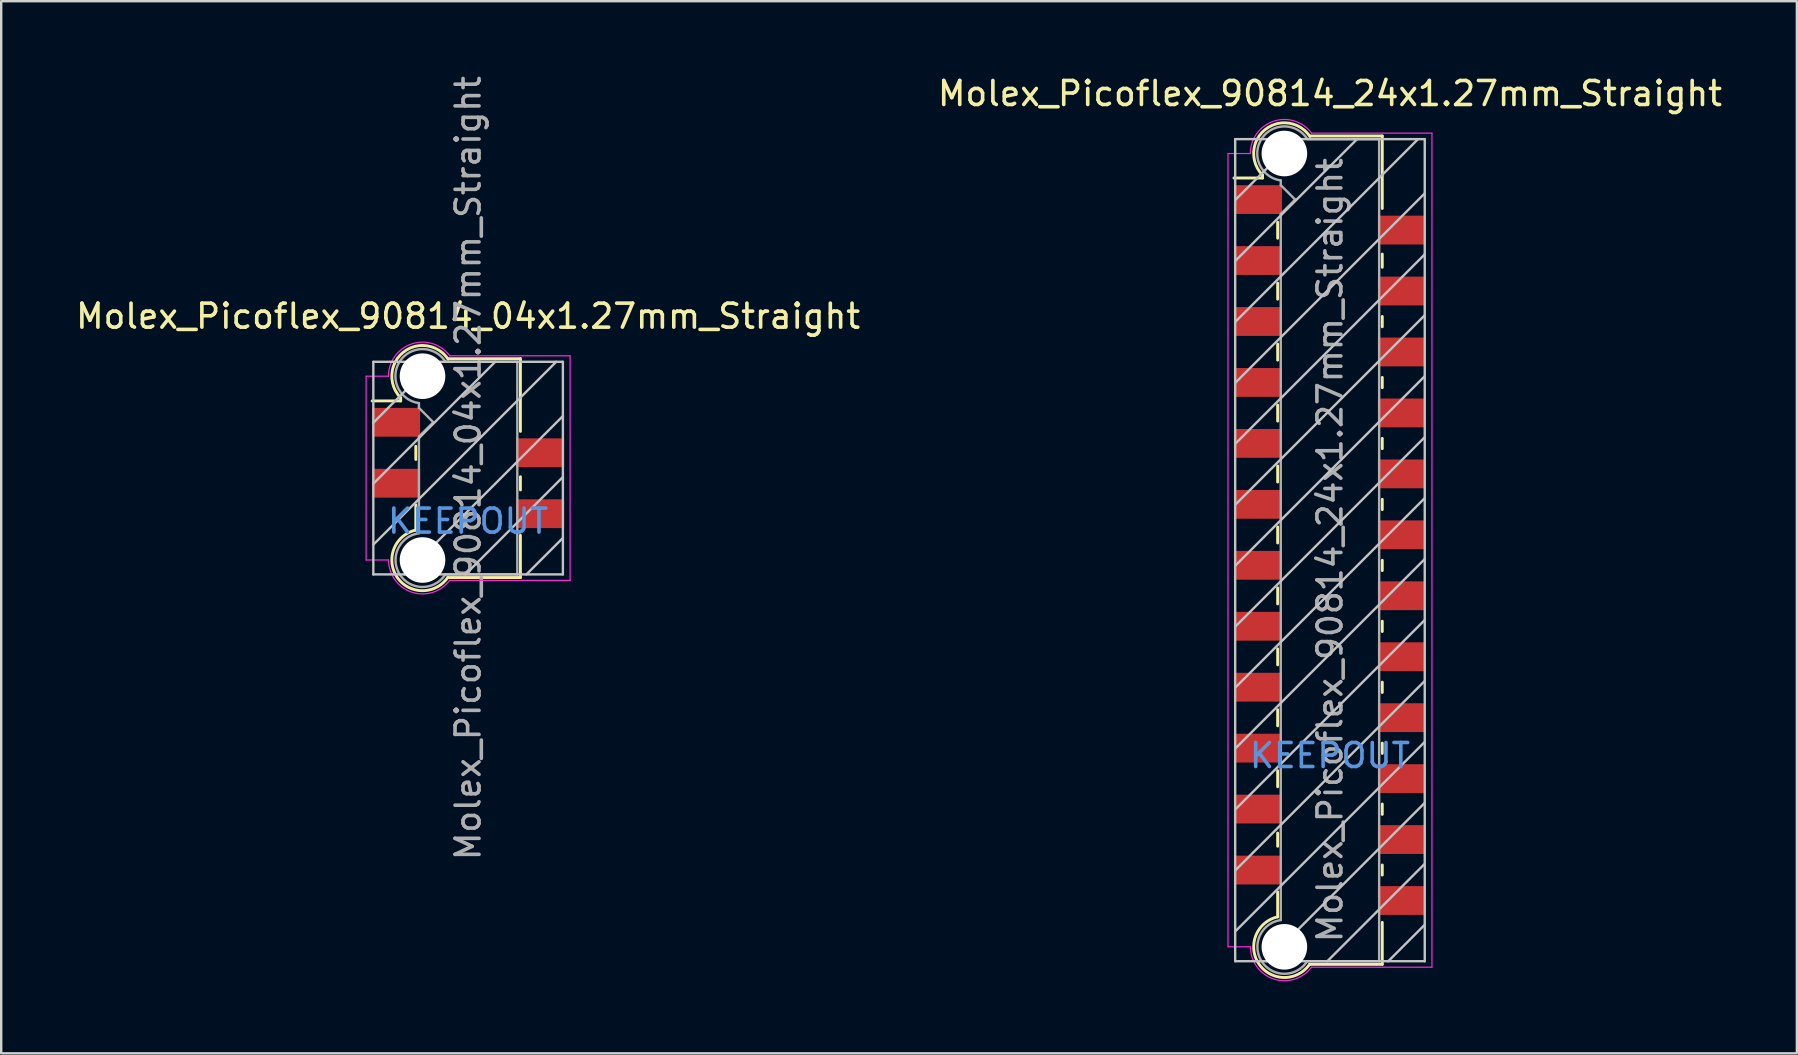
<source format=kicad_pcb>
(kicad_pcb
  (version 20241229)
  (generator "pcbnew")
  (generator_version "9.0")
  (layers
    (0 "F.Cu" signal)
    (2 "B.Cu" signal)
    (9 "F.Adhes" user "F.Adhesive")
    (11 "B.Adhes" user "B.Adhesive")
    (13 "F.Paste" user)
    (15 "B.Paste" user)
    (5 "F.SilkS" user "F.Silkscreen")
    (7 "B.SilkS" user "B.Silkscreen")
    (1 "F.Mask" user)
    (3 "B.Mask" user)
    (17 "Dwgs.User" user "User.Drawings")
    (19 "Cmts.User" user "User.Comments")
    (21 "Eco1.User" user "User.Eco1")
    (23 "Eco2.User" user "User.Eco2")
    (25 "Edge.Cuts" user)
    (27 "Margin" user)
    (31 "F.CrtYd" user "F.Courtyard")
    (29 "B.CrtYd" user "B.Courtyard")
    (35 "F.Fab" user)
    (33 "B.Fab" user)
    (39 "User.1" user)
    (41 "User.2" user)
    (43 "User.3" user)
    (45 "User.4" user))
  (footprint "Molex_Picoflex_90814_24x1.27mm_Straight"
    (layer "F.Cu")
    (at 52.375 19.878)
    (property "Reference" "Molex_Picoflex_90814_24x1.27mm_Straight" (at 0 -19.03 0) (layer "F.SilkS") (effects (font (size 1 1) (thickness 0.15))))
    (attr smd)
    (fp_line (start -2.81 -15.63) (end -2.81 -15.51) (stroke (width 0.12) (type solid)) (layer "F.SilkS"))
    (fp_line (start -2.81 -15.51) (end -4 -15.51) (stroke (width 0.12) (type solid)) (layer "F.SilkS"))
    (fp_line (start -2.18 -13) (end -2.18 -13.67) (stroke (width 0.12) (type solid)) (layer "F.SilkS"))
    (fp_line (start -2.18 -10.46) (end -2.18 -11.13) (stroke (width 0.12) (type solid)) (layer "F.SilkS"))
    (fp_line (start -2.18 -7.92) (end -2.18 -8.59) (stroke (width 0.12) (type solid)) (layer "F.SilkS"))
    (fp_line (start -2.18 -5.38) (end -2.18 -6.05) (stroke (width 0.12) (type solid)) (layer "F.SilkS"))
    (fp_line (start -2.18 -2.84) (end -2.18 -3.51) (stroke (width 0.12) (type solid)) (layer "F.SilkS"))
    (fp_line (start -2.18 -0.3) (end -2.18 -0.97) (stroke (width 0.12) (type solid)) (layer "F.SilkS"))
    (fp_line (start -2.18 2.24) (end -2.18 1.57) (stroke (width 0.12) (type solid)) (layer "F.SilkS"))
    (fp_line (start -2.18 4.78) (end -2.18 4.11) (stroke (width 0.12) (type solid)) (layer "F.SilkS"))
    (fp_line (start -2.18 7.32) (end -2.18 6.65) (stroke (width 0.12) (type solid)) (layer "F.SilkS"))
    (fp_line (start -2.18 9.86) (end -2.18 9.19) (stroke (width 0.12) (type solid)) (layer "F.SilkS"))
    (fp_line (start -2.18 12.34) (end -2.18 11.79) (stroke (width 0.12) (type solid)) (layer "F.SilkS"))
    (fp_line (start -2.18 15.28) (end -2.18 14.24) (stroke (width 0.12) (type solid)) (layer "F.SilkS"))
    (fp_line (start 2.18 -17.26) (end -0.82 -17.26) (stroke (width 0.12) (type solid)) (layer "F.SilkS"))
    (fp_line (start 2.18 -17.26) (end 2.18 -14.24) (stroke (width 0.12) (type solid)) (layer "F.SilkS"))
    (fp_line (start 2.18 -12.34) (end 2.18 -11.79) (stroke (width 0.12) (type solid)) (layer "F.SilkS"))
    (fp_line (start 2.18 -9.74) (end 2.18 -9.31) (stroke (width 0.12) (type solid)) (layer "F.SilkS"))
    (fp_line (start 2.18 -7.2) (end 2.18 -6.77) (stroke (width 0.12) (type solid)) (layer "F.SilkS"))
    (fp_line (start 2.18 -4.66) (end 2.18 -4.23) (stroke (width 0.12) (type solid)) (layer "F.SilkS"))
    (fp_line (start 2.18 -2.12) (end 2.18 -1.69) (stroke (width 0.12) (type solid)) (layer "F.SilkS"))
    (fp_line (start 2.18 0.42) (end 2.18 0.85) (stroke (width 0.12) (type solid)) (layer "F.SilkS"))
    (fp_line (start 2.18 2.96) (end 2.18 3.39) (stroke (width 0.12) (type solid)) (layer "F.SilkS"))
    (fp_line (start 2.18 5.5) (end 2.18 5.93) (stroke (width 0.12) (type solid)) (layer "F.SilkS"))
    (fp_line (start 2.18 8.04) (end 2.18 8.47) (stroke (width 0.12) (type solid)) (layer "F.SilkS"))
    (fp_line (start 2.18 10.58) (end 2.18 11.01) (stroke (width 0.12) (type solid)) (layer "F.SilkS"))
    (fp_line (start 2.18 13.12) (end 2.18 13.54) (stroke (width 0.12) (type solid)) (layer "F.SilkS"))
    (fp_line (start 2.18 15.51) (end 2.18 17.26) (stroke (width 0.12) (type solid)) (layer "F.SilkS"))
    (fp_line (start 2.18 17.26) (end -0.85 17.26) (stroke (width 0.12) (type solid)) (layer "F.SilkS"))
    (fp_arc (start -2.81 -15.63) (mid -2.708637 -17.522072) (end -0.834991 -17.239828) (stroke (width 0.12) (type solid)) (layer "F.SilkS"))
    (fp_arc (start -0.85 17.26) (mid -2.962791 17.241248) (end -2.174424 15.280964) (stroke (width 0.12) (type solid)) (layer "F.SilkS"))
    (fp_line (start -3.95 -17.13) (end -3.95 17.13) (stroke (width 0.1) (type solid)) (layer "Dwgs.User"))
    (fp_line (start -3.95 -14.59) (end -1.41 -17.13) (stroke (width 0.1) (type solid)) (layer "Dwgs.User"))
    (fp_line (start -3.95 -12.05) (end 1.13 -17.13) (stroke (width 0.1) (type solid)) (layer "Dwgs.User"))
    (fp_line (start -3.95 -9.51) (end 3.67 -17.13) (stroke (width 0.1) (type solid)) (layer "Dwgs.User"))
    (fp_line (start -3.95 -6.97) (end 3.95 -14.87) (stroke (width 0.1) (type solid)) (layer "Dwgs.User"))
    (fp_line (start -3.95 -4.43) (end 3.95 -12.33) (stroke (width 0.1) (type solid)) (layer "Dwgs.User"))
    (fp_line (start -3.95 -1.89) (end 3.95 -9.79) (stroke (width 0.1) (type solid)) (layer "Dwgs.User"))
    (fp_line (start -3.95 0.65) (end 3.95 -7.25) (stroke (width 0.1) (type solid)) (layer "Dwgs.User"))
    (fp_line (start -3.95 3.19) (end 3.95 -4.71) (stroke (width 0.1) (type solid)) (layer "Dwgs.User"))
    (fp_line (start -3.95 5.73) (end 3.95 -2.17) (stroke (width 0.1) (type solid)) (layer "Dwgs.User"))
    (fp_line (start -3.95 8.27) (end 3.95 0.37) (stroke (width 0.1) (type solid)) (layer "Dwgs.User"))
    (fp_line (start -3.95 10.81) (end 3.95 2.91) (stroke (width 0.1) (type solid)) (layer "Dwgs.User"))
    (fp_line (start -3.95 13.35) (end 3.95 5.45) (stroke (width 0.1) (type solid)) (layer "Dwgs.User"))
    (fp_line (start -3.95 15.89) (end 3.95 7.99) (stroke (width 0.1) (type solid)) (layer "Dwgs.User"))
    (fp_line (start -3.95 17.13) (end 3.95 17.13) (stroke (width 0.1) (type solid)) (layer "Dwgs.User"))
    (fp_line (start -2.65 17.13) (end 3.95 10.53) (stroke (width 0.1) (type solid)) (layer "Dwgs.User"))
    (fp_line (start -0.11 17.13) (end 3.95 13.07) (stroke (width 0.1) (type solid)) (layer "Dwgs.User"))
    (fp_line (start 2.43 17.13) (end 3.95 15.61) (stroke (width 0.1) (type solid)) (layer "Dwgs.User"))
    (fp_line (start 3.95 -17.13) (end -3.95 -17.13) (stroke (width 0.1) (type solid)) (layer "Dwgs.User"))
    (fp_line (start 3.95 17.13) (end 3.95 -17.13) (stroke (width 0.1) (type solid)) (layer "Dwgs.User"))
    (fp_line (start -4.25 16.53) (end -4.25 -16.53) (stroke (width 0.05) (type solid)) (layer "F.CrtYd"))
    (fp_line (start -3.32 -16.53) (end -4.25 -16.53) (stroke (width 0.05) (type solid)) (layer "F.CrtYd"))
    (fp_line (start -3.32 16.53) (end -4.25 16.53) (stroke (width 0.05) (type solid)) (layer "F.CrtYd"))
    (fp_line (start 4.25 -17.38) (end -0.76 -17.38) (stroke (width 0.05) (type solid)) (layer "F.CrtYd"))
    (fp_line (start 4.25 -17.38) (end 4.25 17.38) (stroke (width 0.05) (type solid)) (layer "F.CrtYd"))
    (fp_line (start 4.25 17.38) (end -0.77 17.38) (stroke (width 0.05) (type solid)) (layer "F.CrtYd"))
    (fp_arc (start -3.32 -16.53) (mid -2.344692 -17.878573) (end -0.758523 -17.374648) (stroke (width 0.05) (type solid)) (layer "F.CrtYd"))
    (fp_arc (start -0.77 17.38) (mid -2.348691 17.870924) (end -3.314001 16.528743) (stroke (width 0.05) (type solid)) (layer "F.CrtYd"))
    (fp_line (start -2.05 -15.21) (end -2.05 -15.41) (stroke (width 0.1) (type solid)) (layer "F.Fab"))
    (fp_line (start -2.05 -14.01) (end -1.45 -14.61) (stroke (width 0.1) (type solid)) (layer "F.Fab"))
    (fp_line (start -2.05 15.41) (end -2.05 -14.01) (stroke (width 0.1) (type solid)) (layer "F.Fab"))
    (fp_line (start -1.45 -14.61) (end -2.05 -15.21) (stroke (width 0.1) (type solid)) (layer "F.Fab"))
    (fp_line (start 2.05 -17.13) (end -0.93 -17.13) (stroke (width 0.1) (type solid)) (layer "F.Fab"))
    (fp_line (start 2.05 -17.13) (end 2.05 17.13) (stroke (width 0.1) (type solid)) (layer "F.Fab"))
    (fp_line (start 2.05 17.13) (end -0.95 17.13) (stroke (width 0.1) (type solid)) (layer "F.Fab"))
    (fp_arc (start -2.05 -15.41) (mid -2.851672 -17.139279) (end -0.945612 -17.135015) (stroke (width 0.1) (type solid)) (layer "F.Fab"))
    (fp_arc (start -0.95 17.13) (mid -2.845272 17.137422) (end -2.051022 15.416585) (stroke (width 0.1) (type solid)) (layer "F.Fab"))
    (fp_text user "KEEPOUT" (at 0 8.56 0) (layer "Cmts.User") (effects (font (size 1 1) (thickness 0.15))))
    (fp_text user "${REFERENCE}" (at 0 0 90) (layer "F.Fab") (effects (font (size 1 1) (thickness 0.15))))
    (pad "" np_thru_hole circle (at -1.9 -16.53) (size 1.9 1.9) (drill 1.9) (layers "*.Cu"))
    (pad "" np_thru_hole circle (at -1.9 16.53) (size 1.9 1.9) (drill 1.9) (layers "*.Cu"))
    (pad "1" smd rect (at -3 -14.61) (size 2 1.2) (layers "F.Cu" "F.Mask" "F.Paste"))
    (pad "2" smd rect (at 3 -13.34) (size 2 1.2) (layers "F.Cu" "F.Mask" "F.Paste"))
    (pad "3" smd rect (at -3 -12.07) (size 2 1.2) (layers "F.Cu" "F.Mask" "F.Paste"))
    (pad "4" smd rect (at 3 -10.8) (size 2 1.2) (layers "F.Cu" "F.Mask" "F.Paste"))
    (pad "5" smd rect (at -3 -9.53) (size 2 1.2) (layers "F.Cu" "F.Mask" "F.Paste"))
    (pad "6" smd rect (at 3 -8.26) (size 2 1.2) (layers "F.Cu" "F.Mask" "F.Paste"))
    (pad "7" smd rect (at -3 -6.99) (size 2 1.2) (layers "F.Cu" "F.Mask" "F.Paste"))
    (pad "8" smd rect (at 3 -5.72) (size 2 1.2) (layers "F.Cu" "F.Mask" "F.Paste"))
    (pad "9" smd rect (at -3 -4.45) (size 2 1.2) (layers "F.Cu" "F.Mask" "F.Paste"))
    (pad "10" smd rect (at 3 -3.18) (size 2 1.2) (layers "F.Cu" "F.Mask" "F.Paste"))
    (pad "11" smd rect (at -3 -1.91) (size 2 1.2) (layers "F.Cu" "F.Mask" "F.Paste"))
    (pad "12" smd rect (at 3 -0.64) (size 2 1.2) (layers "F.Cu" "F.Mask" "F.Paste"))
    (pad "13" smd rect (at -3 0.63) (size 2 1.2) (layers "F.Cu" "F.Mask" "F.Paste"))
    (pad "14" smd rect (at 3 1.9) (size 2 1.2) (layers "F.Cu" "F.Mask" "F.Paste"))
    (pad "15" smd rect (at -3 3.17) (size 2 1.2) (layers "F.Cu" "F.Mask" "F.Paste"))
    (pad "16" smd rect (at 3 4.44) (size 2 1.2) (layers "F.Cu" "F.Mask" "F.Paste"))
    (pad "17" smd rect (at -3 5.71) (size 2 1.2) (layers "F.Cu" "F.Mask" "F.Paste"))
    (pad "18" smd rect (at 3 6.98) (size 2 1.2) (layers "F.Cu" "F.Mask" "F.Paste"))
    (pad "19" smd rect (at -3 8.25) (size 2 1.2) (layers "F.Cu" "F.Mask" "F.Paste"))
    (pad "20" smd rect (at 3 9.52) (size 2 1.2) (layers "F.Cu" "F.Mask" "F.Paste"))
    (pad "21" smd rect (at -3 10.79) (size 2 1.2) (layers "F.Cu" "F.Mask" "F.Paste"))
    (pad "22" smd rect (at 3 12.06) (size 2 1.2) (layers "F.Cu" "F.Mask" "F.Paste"))
    (pad "23" smd rect (at -3 13.33) (size 2 1.2) (layers "F.Cu" "F.Mask" "F.Paste"))
    (pad "24" smd rect (at 3 14.6) (size 2 1.2) (layers "F.Cu" "F.Mask" "F.Paste")))
  (footprint "Molex_Picoflex_90814_04x1.27mm_Straight"
    (layer "F.Cu")
    (at 16.458 16.458)
    (property "Reference" "Molex_Picoflex_90814_04x1.27mm_Straight" (at 0 -6.33 0) (layer "F.SilkS") (effects (font (size 1 1) (thickness 0.15))))
    (attr smd)
    (fp_line (start -2.81 -2.93) (end -2.81 -2.8) (stroke (width 0.12) (type solid)) (layer "F.SilkS"))
    (fp_line (start -2.81 -2.8) (end -4 -2.8) (stroke (width 0.12) (type solid)) (layer "F.SilkS"))
    (fp_line (start -2.18 -0.36) (end -2.18 -0.91) (stroke (width 0.12) (type solid)) (layer "F.SilkS"))
    (fp_line (start -2.18 2.58) (end -2.18 1.53) (stroke (width 0.12) (type solid)) (layer "F.SilkS"))
    (fp_line (start 2.18 -4.56) (end -0.82 -4.56) (stroke (width 0.12) (type solid)) (layer "F.SilkS"))
    (fp_line (start 2.18 -4.56) (end 2.18 -1.53) (stroke (width 0.12) (type solid)) (layer "F.SilkS"))
    (fp_line (start 2.18 0.36) (end 2.18 0.91) (stroke (width 0.12) (type solid)) (layer "F.SilkS"))
    (fp_line (start 2.18 2.8) (end 2.18 4.56) (stroke (width 0.12) (type solid)) (layer "F.SilkS"))
    (fp_line (start 2.18 4.56) (end -0.85 4.56) (stroke (width 0.12) (type solid)) (layer "F.SilkS"))
    (fp_arc (start -2.81 -2.93) (mid -2.708637 -4.822072) (end -0.834991 -4.539828) (stroke (width 0.12) (type solid)) (layer "F.SilkS"))
    (fp_arc (start -0.85 4.56) (mid -2.962791 4.541248) (end -2.174424 2.580964) (stroke (width 0.12) (type solid)) (layer "F.SilkS"))
    (fp_line (start -3.95 -4.43) (end -3.95 4.43) (stroke (width 0.1) (type solid)) (layer "Dwgs.User"))
    (fp_line (start -3.95 -1.89) (end -1.41 -4.43) (stroke (width 0.1) (type solid)) (layer "Dwgs.User"))
    (fp_line (start -3.95 0.65) (end 1.13 -4.43) (stroke (width 0.1) (type solid)) (layer "Dwgs.User"))
    (fp_line (start -3.95 3.19) (end 3.67 -4.43) (stroke (width 0.1) (type solid)) (layer "Dwgs.User"))
    (fp_line (start -3.95 4.43) (end 3.95 4.43) (stroke (width 0.1) (type solid)) (layer "Dwgs.User"))
    (fp_line (start -2.65 4.43) (end 3.95 -2.17) (stroke (width 0.1) (type solid)) (layer "Dwgs.User"))
    (fp_line (start -0.11 4.43) (end 3.95 0.37) (stroke (width 0.1) (type solid)) (layer "Dwgs.User"))
    (fp_line (start 2.43 4.43) (end 3.95 2.91) (stroke (width 0.1) (type solid)) (layer "Dwgs.User"))
    (fp_line (start 3.95 -4.43) (end -3.95 -4.43) (stroke (width 0.1) (type solid)) (layer "Dwgs.User"))
    (fp_line (start 3.95 4.43) (end 3.95 -4.43) (stroke (width 0.1) (type solid)) (layer "Dwgs.User"))
    (fp_line (start -4.25 3.83) (end -4.25 -3.83) (stroke (width 0.05) (type solid)) (layer "F.CrtYd"))
    (fp_line (start -3.32 -3.83) (end -4.25 -3.83) (stroke (width 0.05) (type solid)) (layer "F.CrtYd"))
    (fp_line (start -3.32 3.83) (end -4.25 3.83) (stroke (width 0.05) (type solid)) (layer "F.CrtYd"))
    (fp_line (start 4.25 -4.68) (end -0.76 -4.68) (stroke (width 0.05) (type solid)) (layer "F.CrtYd"))
    (fp_line (start 4.25 -4.68) (end 4.25 4.68) (stroke (width 0.05) (type solid)) (layer "F.CrtYd"))
    (fp_line (start 4.25 4.68) (end -0.77 4.68) (stroke (width 0.05) (type solid)) (layer "F.CrtYd"))
    (fp_arc (start -3.32 -3.83) (mid -2.344692 -5.178573) (end -0.758523 -4.674648) (stroke (width 0.05) (type solid)) (layer "F.CrtYd"))
    (fp_arc (start -0.77 4.68) (mid -2.348691 5.170924) (end -3.314001 3.828743) (stroke (width 0.05) (type solid)) (layer "F.CrtYd"))
    (fp_line (start -2.05 -2.51) (end -2.05 -2.71) (stroke (width 0.1) (type solid)) (layer "F.Fab"))
    (fp_line (start -2.05 -1.31) (end -1.45 -1.91) (stroke (width 0.1) (type solid)) (layer "F.Fab"))
    (fp_line (start -2.05 2.71) (end -2.05 -1.31) (stroke (width 0.1) (type solid)) (layer "F.Fab"))
    (fp_line (start -1.45 -1.91) (end -2.05 -2.51) (stroke (width 0.1) (type solid)) (layer "F.Fab"))
    (fp_line (start 2.05 -4.43) (end -0.93 -4.43) (stroke (width 0.1) (type solid)) (layer "F.Fab"))
    (fp_line (start 2.05 -4.43) (end 2.05 4.43) (stroke (width 0.1) (type solid)) (layer "F.Fab"))
    (fp_line (start 2.05 4.43) (end -0.95 4.43) (stroke (width 0.1) (type solid)) (layer "F.Fab"))
    (fp_arc (start -2.05 -2.71) (mid -2.851672 -4.439279) (end -0.945612 -4.435015) (stroke (width 0.1) (type solid)) (layer "F.Fab"))
    (fp_arc (start -0.95 4.43) (mid -2.845272 4.437422) (end -2.051022 2.716585) (stroke (width 0.1) (type solid)) (layer "F.Fab"))
    (fp_text user "KEEPOUT" (at 0 2.21 0) (layer "Cmts.User") (effects (font (size 1 1) (thickness 0.15))))
    (fp_text user "${REFERENCE}" (at 0 0 90) (layer "F.Fab") (effects (font (size 1 1) (thickness 0.15))))
    (pad "" np_thru_hole circle (at -1.9 -3.83) (size 1.9 1.9) (drill 1.9) (layers "*.Cu"))
    (pad "" np_thru_hole circle (at -1.9 3.83) (size 1.9 1.9) (drill 1.9) (layers "*.Cu"))
    (pad "1" smd rect (at -3 -1.91) (size 2 1.2) (layers "F.Cu" "F.Mask" "F.Paste"))
    (pad "2" smd rect (at 3 -0.64) (size 2 1.2) (layers "F.Cu" "F.Mask" "F.Paste"))
    (pad "3" smd rect (at -3 0.63) (size 2 1.2) (layers "F.Cu" "F.Mask" "F.Paste"))
    (pad "4" smd rect (at 3 1.9) (size 2 1.2) (layers "F.Cu" "F.Mask" "F.Paste")))
  (gr_rect
    (start -3 -3)
    (end 71.833 40.847)
    (stroke (width 0.1) (type default))
    (fill no)
    (layer "Edge.Cuts")))
</source>
